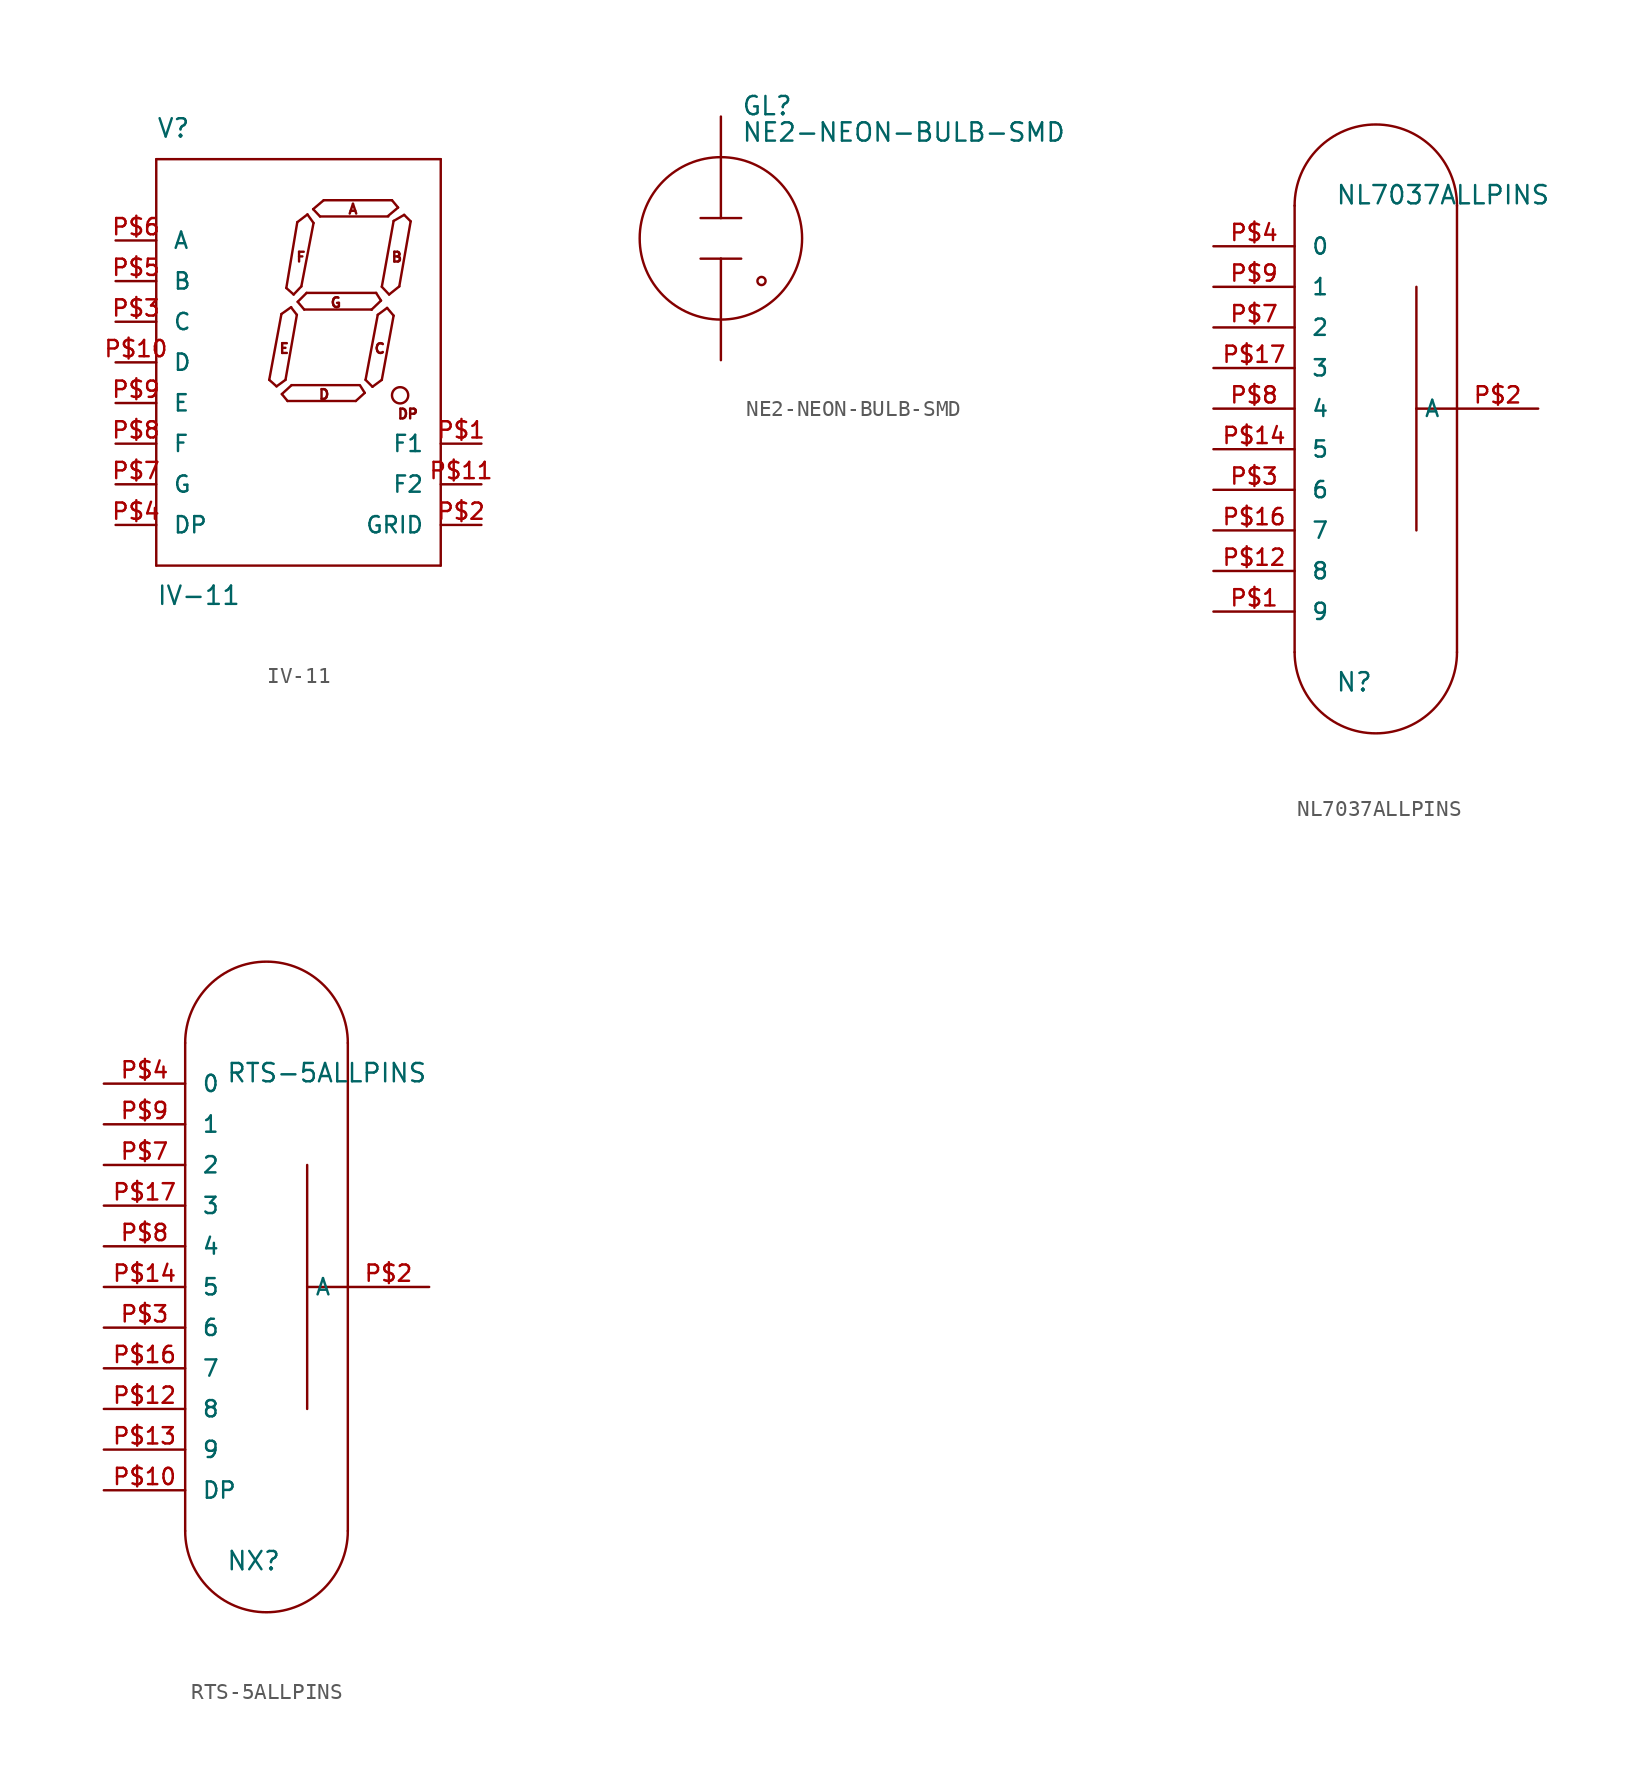
<source format=kicad_sym>
(kicad_symbol_lib
  (version 20220914)
  (generator kicad_symbol_editor)
  (symbol "IV-11"
    (pin_names
      (offset 1.016))
    (property "Reference" "V"
      (at -10.16 16.51 0)
      (effects (font (size 1.143 1.143)) (justify left bottom)))
    (property "Value" "IV-11"
      (at -10.16 -12.7 0)
      (effects (font (size 1.143 1.143)) (justify left bottom)))
    (property "ki_locked" ""
      (at 0 0 0)
      (effects (font (size 1.27 1.27))))
    (symbol "IV-11_1_0"
      (polyline (pts (xy -10.16 -10.16) (xy -10.16 15.24)) (stroke (width 0) (type solid)) (fill (type none)))
      (polyline (pts (xy -10.16 15.24) (xy 7.62 15.24)) (stroke (width 0) (type solid)) (fill (type none)))
      (polyline (pts (xy -3.099 1.448) (xy -2.337 5.563)) (stroke (width 0) (type solid)) (fill (type none)))
      (polyline (pts (xy -2.642 1.041) (xy -3.099 1.448)) (stroke (width 0) (type solid)) (fill (type none)))
      (polyline (pts (xy -2.337 5.563) (xy -1.727 5.994)) (stroke (width 0) (type solid)) (fill (type none)))
      (polyline (pts (xy -2.311 0.559) (xy -1.702 1.118)) (stroke (width 0) (type solid)) (fill (type none)))
      (polyline (pts (xy -2.083 1.448) (xy -2.642 1.041)) (stroke (width 0) (type solid)) (fill (type none)))
      (polyline (pts (xy -2.032 7.188) (xy -1.346 11.303)) (stroke (width 0) (type solid)) (fill (type none)))
      (polyline (pts (xy -1.956 0.127) (xy -2.311 0.559)) (stroke (width 0) (type solid)) (fill (type none)))
      (polyline (pts (xy -1.727 5.969) (xy -1.372 5.512)) (stroke (width 0) (type solid)) (fill (type none)))
      (polyline (pts (xy -1.702 1.118) (xy 2.515 1.118)) (stroke (width 0) (type solid)) (fill (type none)))
      (polyline (pts (xy -1.575 6.782) (xy -2.032 7.188)) (stroke (width 0) (type solid)) (fill (type none)))
      (polyline (pts (xy -1.372 5.512) (xy -2.083 1.448)) (stroke (width 0) (type solid)) (fill (type none)))
      (polyline (pts (xy -1.346 11.303) (xy -0.711 11.786)) (stroke (width 0) (type solid)) (fill (type none)))
      (polyline (pts (xy -1.321 6.325) (xy -0.762 6.883)) (stroke (width 0) (type solid)) (fill (type none)))
      (polyline (pts (xy -1.092 7.29) (xy -1.575 6.782)) (stroke (width 0) (type solid)) (fill (type none)))
      (polyline (pts (xy -0.914 5.842) (xy -1.321 6.325)) (stroke (width 0) (type solid)) (fill (type none)))
      (polyline (pts (xy -0.762 6.883) (xy 3.581 6.883)) (stroke (width 0) (type solid)) (fill (type none)))
      (polyline (pts (xy -0.711 11.786) (xy -0.33 11.252)) (stroke (width 0) (type solid)) (fill (type none)))
      (polyline (pts (xy -0.356 12.116) (xy 0.305 12.675)) (stroke (width 0) (type solid)) (fill (type none)))
      (polyline (pts (xy -0.33 11.252) (xy -1.092 7.29)) (stroke (width 0) (type solid)) (fill (type none)))
      (polyline (pts (xy 0.076 11.659) (xy -0.356 12.116)) (stroke (width 0) (type solid)) (fill (type none)))
      (polyline (pts (xy 0.305 12.675) (xy 4.572 12.675)) (stroke (width 0) (type solid)) (fill (type none)))
      (polyline (pts (xy 2.311 0.127) (xy -1.956 0.127)) (stroke (width 0) (type solid)) (fill (type none)))
      (polyline (pts (xy 2.565 1.118) (xy 2.87 0.635)) (stroke (width 0) (type solid)) (fill (type none)))
      (polyline (pts (xy 2.87 0.635) (xy 2.311 0.127)) (stroke (width 0) (type solid)) (fill (type none)))
      (polyline (pts (xy 2.921 1.448) (xy 3.683 5.512)) (stroke (width 0) (type solid)) (fill (type none)))
      (polyline (pts (xy 3.302 5.842) (xy -0.914 5.842)) (stroke (width 0) (type solid)) (fill (type none)))
      (polyline (pts (xy 3.302 5.842) (xy 3.302 5.842)) (stroke (width 0) (type solid)) (fill (type none)))
      (polyline (pts (xy 3.353 1.016) (xy 2.921 1.448)) (stroke (width 0) (type solid)) (fill (type none)))
      (polyline (pts (xy 3.581 6.883) (xy 3.886 6.401)) (stroke (width 0) (type solid)) (fill (type none)))
      (polyline (pts (xy 3.683 5.512) (xy 4.267 5.944)) (stroke (width 0) (type solid)) (fill (type none)))
      (polyline (pts (xy 3.886 6.401) (xy 3.302 5.842)) (stroke (width 0) (type solid)) (fill (type none)))
      (polyline (pts (xy 3.937 1.448) (xy 3.353 1.016)) (stroke (width 0) (type solid)) (fill (type none)))
      (polyline (pts (xy 3.937 7.264) (xy 4.674 11.379)) (stroke (width 0) (type solid)) (fill (type none)))
      (polyline (pts (xy 4.267 5.944) (xy 4.674 5.461)) (stroke (width 0) (type solid)) (fill (type none)))
      (polyline (pts (xy 4.343 11.659) (xy 0.076 11.659)) (stroke (width 0) (type solid)) (fill (type none)))
      (polyline (pts (xy 4.394 6.782) (xy 3.937 7.264)) (stroke (width 0) (type solid)) (fill (type none)))
      (polyline (pts (xy 4.572 12.675) (xy 4.953 12.217)) (stroke (width 0) (type solid)) (fill (type none)))
      (polyline (pts (xy 4.674 5.461) (xy 3.937 1.448)) (stroke (width 0) (type solid)) (fill (type none)))
      (polyline (pts (xy 4.674 11.379) (xy 5.334 11.76)) (stroke (width 0) (type solid)) (fill (type none)))
      (polyline (pts (xy 4.953 12.217) (xy 4.318 11.684)) (stroke (width 0) (type solid)) (fill (type none)))
      (polyline (pts (xy 5.029 7.29) (xy 4.394 6.782)) (stroke (width 0) (type solid)) (fill (type none)))
      (polyline (pts (xy 5.334 11.76) (xy 5.74 11.354)) (stroke (width 0) (type solid)) (fill (type none)))
      (polyline (pts (xy 5.74 11.354) (xy 5.029 7.29)) (stroke (width 0) (type solid)) (fill (type none)))
      (polyline (pts (xy 7.62 -10.16) (xy -10.16 -10.16)) (stroke (width 0) (type solid)) (fill (type none)))
      (polyline (pts (xy 7.62 15.24) (xy 7.62 -10.16)) (stroke (width 0) (type solid)) (fill (type none)))
      (text "A" (at 2.134 12.116 0) (effects (font (size 0.61 0.61))))
      (text "B" (at 4.877 9.119 0) (effects (font (size 0.61 0.61))))
      (text "C" (at 3.81 3.404 0) (effects (font (size 0.61 0.61))))
      (text "D" (at 0.33 0.533 0) (effects (font (size 0.61 0.61))))
      (text "DP" (at 5.563 -0.686 0) (effects (font (size 0.61 0.61))))
      (text "E" (at -2.159 3.404 0) (effects (font (size 0.61 0.61))))
      (text "F" (at -1.118 9.119 0) (effects (font (size 0.61 0.61))))
      (text "G" (at 1.067 6.274 0) (effects (font (size 0.61 0.61)))))
    (symbol "IV-11_1_1"
      (circle (center 5.08 0.483) (radius 0.508) (stroke (width 0) (type solid)) (fill (type none)))
      (pin passive line (at 10.16 -2.54 180) (length 2.54) (name "F1" (effects (font (size 1.016 1.016)))) (number "P$1" (effects (font (size 1.016 1.016)))))
      (pin passive line (at -12.7 2.54 0) (length 2.54) (name "D" (effects (font (size 1.016 1.016)))) (number "P$10" (effects (font (size 1.016 1.016)))))
      (pin passive line (at 10.16 -5.08 180) (length 2.54) (name "F2" (effects (font (size 1.016 1.016)))) (number "P$11" (effects (font (size 1.016 1.016)))))
      (pin passive line (at 10.16 -7.62 180) (length 2.54) (name "GRID" (effects (font (size 1.016 1.016)))) (number "P$2" (effects (font (size 1.016 1.016)))))
      (pin passive line (at -12.7 5.08 0) (length 2.54) (name "C" (effects (font (size 1.016 1.016)))) (number "P$3" (effects (font (size 1.016 1.016)))))
      (pin passive line (at -12.7 -7.62 0) (length 2.54) (name "DP" (effects (font (size 1.016 1.016)))) (number "P$4" (effects (font (size 1.016 1.016)))))
      (pin passive line (at -12.7 7.62 0) (length 2.54) (name "B" (effects (font (size 1.016 1.016)))) (number "P$5" (effects (font (size 1.016 1.016)))))
      (pin passive line (at -12.7 10.16 0) (length 2.54) (name "A" (effects (font (size 1.016 1.016)))) (number "P$6" (effects (font (size 1.016 1.016)))))
      (pin passive line (at -12.7 -5.08 0) (length 2.54) (name "G" (effects (font (size 1.016 1.016)))) (number "P$7" (effects (font (size 1.016 1.016)))))
      (pin passive line (at -12.7 -2.54 0) (length 2.54) (name "F" (effects (font (size 1.016 1.016)))) (number "P$8" (effects (font (size 1.016 1.016)))))
      (pin passive line (at -12.7 0 0) (length 2.54) (name "E" (effects (font (size 1.016 1.016)))) (number "P$9" (effects (font (size 1.016 1.016)))))))
  (symbol "NE2-NEON-BULB-SMD"
    (pin_numbers hide)
    (pin_names
      (offset 1.016) hide)
    (property "Reference" "GL"
      (at 1.27 7.62 0)
      (effects (font (size 1.143 1.143)) (justify left bottom)))
    (property "Value" "NE2-NEON-BULB-SMD"
      (at 1.27 5.969 0)
      (effects (font (size 1.143 1.143)) (justify left bottom)))
    (property "ki_locked" ""
      (at 0 0 0)
      (effects (font (size 1.27 1.27))))
    (symbol "NE2-NEON-BULB-SMD_1_0"
      (polyline (pts (xy -1.27 -1.27) (xy 0 -1.27)) (stroke (width 0) (type solid)) (fill (type none)))
      (polyline (pts (xy -1.27 1.27) (xy 0 1.27)) (stroke (width 0) (type solid)) (fill (type none)))
      (polyline (pts (xy 0 -1.27) (xy 0 -5.08)) (stroke (width 0) (type solid)) (fill (type none)))
      (polyline (pts (xy 0 -1.27) (xy 1.27 -1.27)) (stroke (width 0) (type solid)) (fill (type none)))
      (polyline (pts (xy 0 1.27) (xy 1.27 1.27)) (stroke (width 0) (type solid)) (fill (type none)))
      (polyline (pts (xy 0 5.08) (xy 0 1.27)) (stroke (width 0) (type solid)) (fill (type none))))
    (symbol "NE2-NEON-BULB-SMD_1_1"
      (circle (center 0 0) (radius 5.08) (stroke (width 0) (type solid)) (fill (type none)))
      (circle (center 2.54 -2.667) (radius 0.254) (stroke (width 0) (type solid)) (fill (type none)))
      (pin passive line (at 0 7.62 270) (length 2.54) (name "A" (effects (font (size 1.016 1.016)))) (number "1" (effects (font (size 1.016 1.016)))))
      (pin passive line (at 0 -7.62 90) (length 2.54) (name "A1" (effects (font (size 1.016 1.016)))) (number "2" (effects (font (size 1.016 1.016)))))))
  (symbol "NL7037ALLPINS"
    (pin_names
      (offset 1.016))
    (property "Reference" "N"
      (at -2.54 -15.24 0)
      (effects (font (size 1.143 1.143)) (justify left bottom)))
    (property "Value" "NL7037ALLPINS"
      (at -2.54 15.24 0)
      (effects (font (size 1.143 1.143)) (justify left bottom)))
    (property "ki_locked" ""
      (at 0 0 0)
      (effects (font (size 1.27 1.27))))
    (symbol "NL7037ALLPINS_1_0"
      (polyline (pts (xy -5.08 15.24) (xy -5.08 -12.7)) (stroke (width 0) (type solid)) (fill (type none)))
      (polyline (pts (xy 2.54 -5.08) (xy 2.54 2.54)) (stroke (width 0) (type solid)) (fill (type none)))
      (polyline (pts (xy 2.54 2.54) (xy 2.54 10.16)) (stroke (width 0) (type solid)) (fill (type none)))
      (polyline (pts (xy 5.08 2.54) (xy 2.54 2.54)) (stroke (width 0) (type solid)) (fill (type none)))
      (polyline (pts (xy 5.08 2.54) (xy 5.08 -12.7)) (stroke (width 0) (type solid)) (fill (type none)))
      (polyline (pts (xy 5.08 15.24) (xy 5.08 2.54)) (stroke (width 0) (type solid)) (fill (type none))))
    (symbol "NL7037ALLPINS_1_1"
      (arc (start -5.08 -12.7) (mid 0 -17.7579) (end 5.08 -12.7) (stroke (width 0) (type solid)) (fill (type none)))
      (arc (start 5.08 15.24) (mid 0 20.2979) (end -5.08 15.24) (stroke (width 0) (type solid)) (fill (type none)))
      (pin passive line (at -10.16 -10.16 0) (length 5.08) (name "9" (effects (font (size 1.016 1.016)))) (number "P$1" (effects (font (size 1.016 1.016)))))
      (pin passive line (at -10.16 -7.62 0) (length 5.08) (name "8" (effects (font (size 1.016 1.016)))) (number "P$12" (effects (font (size 1.016 1.016)))))
      (pin passive line (at -10.16 0 0) (length 5.08) (name "5" (effects (font (size 1.016 1.016)))) (number "P$14" (effects (font (size 1.016 1.016)))))
      (pin passive line (at -10.16 -5.08 0) (length 5.08) (name "7" (effects (font (size 1.016 1.016)))) (number "P$16" (effects (font (size 1.016 1.016)))))
      (pin passive line (at -10.16 5.08 0) (length 5.08) (name "3" (effects (font (size 1.016 1.016)))) (number "P$17" (effects (font (size 1.016 1.016)))))
      (pin passive line (at 10.16 2.54 180) (length 5.08) (name "A" (effects (font (size 1.016 1.016)))) (number "P$2" (effects (font (size 1.016 1.016)))))
      (pin passive line (at -10.16 -2.54 0) (length 5.08) (name "6" (effects (font (size 1.016 1.016)))) (number "P$3" (effects (font (size 1.016 1.016)))))
      (pin passive line (at -10.16 12.7 0) (length 5.08) (name "0" (effects (font (size 1.016 1.016)))) (number "P$4" (effects (font (size 1.016 1.016)))))
      (pin passive line (at -10.16 7.62 0) (length 5.08) (name "2" (effects (font (size 1.016 1.016)))) (number "P$7" (effects (font (size 1.016 1.016)))))
      (pin passive line (at -10.16 2.54 0) (length 5.08) (name "4" (effects (font (size 1.016 1.016)))) (number "P$8" (effects (font (size 1.016 1.016)))))
      (pin passive line (at -10.16 10.16 0) (length 5.08) (name "1" (effects (font (size 1.016 1.016)))) (number "P$9" (effects (font (size 1.016 1.016)))))))
  (symbol "RTS-5ALLPINS"
    (pin_names
      (offset 1.016))
    (property "Reference" "NX"
      (at -2.54 -15.24 0)
      (effects (font (size 1.143 1.143)) (justify left bottom)))
    (property "Value" "RTS-5ALLPINS"
      (at -2.54 15.24 0)
      (effects (font (size 1.143 1.143)) (justify left bottom)))
    (property "ki_locked" ""
      (at 0 0 0)
      (effects (font (size 1.27 1.27))))
    (symbol "RTS-5ALLPINS_1_0"
      (polyline (pts (xy -5.08 17.78) (xy -5.08 -12.7)) (stroke (width 0) (type solid)) (fill (type none)))
      (polyline (pts (xy 2.54 -5.08) (xy 2.54 2.54)) (stroke (width 0) (type solid)) (fill (type none)))
      (polyline (pts (xy 2.54 2.54) (xy 2.54 10.16)) (stroke (width 0) (type solid)) (fill (type none)))
      (polyline (pts (xy 5.08 2.54) (xy 2.54 2.54)) (stroke (width 0) (type solid)) (fill (type none)))
      (polyline (pts (xy 5.08 2.54) (xy 5.08 -12.7)) (stroke (width 0) (type solid)) (fill (type none)))
      (polyline (pts (xy 5.08 17.78) (xy 5.08 2.54)) (stroke (width 0) (type solid)) (fill (type none))))
    (symbol "RTS-5ALLPINS_1_1"
      (arc (start -5.08 -12.7) (mid 0 -17.7579) (end 5.08 -12.7) (stroke (width 0) (type solid)) (fill (type none)))
      (arc (start 5.08 17.78) (mid 0 22.8379) (end -5.08 17.78) (stroke (width 0) (type solid)) (fill (type none)))
      (pin passive line (at -10.16 -10.16 0) (length 5.08) (name "DP" (effects (font (size 1.016 1.016)))) (number "P$10" (effects (font (size 1.016 1.016)))))
      (pin passive line (at -10.16 -5.08 0) (length 5.08) (name "8" (effects (font (size 1.016 1.016)))) (number "P$12" (effects (font (size 1.016 1.016)))))
      (pin passive line (at -10.16 -7.62 0) (length 5.08) (name "9" (effects (font (size 1.016 1.016)))) (number "P$13" (effects (font (size 1.016 1.016)))))
      (pin passive line (at -10.16 2.54 0) (length 5.08) (name "5" (effects (font (size 1.016 1.016)))) (number "P$14" (effects (font (size 1.016 1.016)))))
      (pin passive line (at -10.16 -2.54 0) (length 5.08) (name "7" (effects (font (size 1.016 1.016)))) (number "P$16" (effects (font (size 1.016 1.016)))))
      (pin passive line (at -10.16 7.62 0) (length 5.08) (name "3" (effects (font (size 1.016 1.016)))) (number "P$17" (effects (font (size 1.016 1.016)))))
      (pin passive line (at 10.16 2.54 180) (length 5.08) (name "A" (effects (font (size 1.016 1.016)))) (number "P$2" (effects (font (size 1.016 1.016)))))
      (pin passive line (at -10.16 0 0) (length 5.08) (name "6" (effects (font (size 1.016 1.016)))) (number "P$3" (effects (font (size 1.016 1.016)))))
      (pin passive line (at -10.16 15.24 0) (length 5.08) (name "0" (effects (font (size 1.016 1.016)))) (number "P$4" (effects (font (size 1.016 1.016)))))
      (pin passive line (at -10.16 10.16 0) (length 5.08) (name "2" (effects (font (size 1.016 1.016)))) (number "P$7" (effects (font (size 1.016 1.016)))))
      (pin passive line (at -10.16 5.08 0) (length 5.08) (name "4" (effects (font (size 1.016 1.016)))) (number "P$8" (effects (font (size 1.016 1.016)))))
      (pin passive line (at -10.16 12.7 0) (length 5.08) (name "1" (effects (font (size 1.016 1.016)))) (number "P$9" (effects (font (size 1.016 1.016))))))))
</source>
